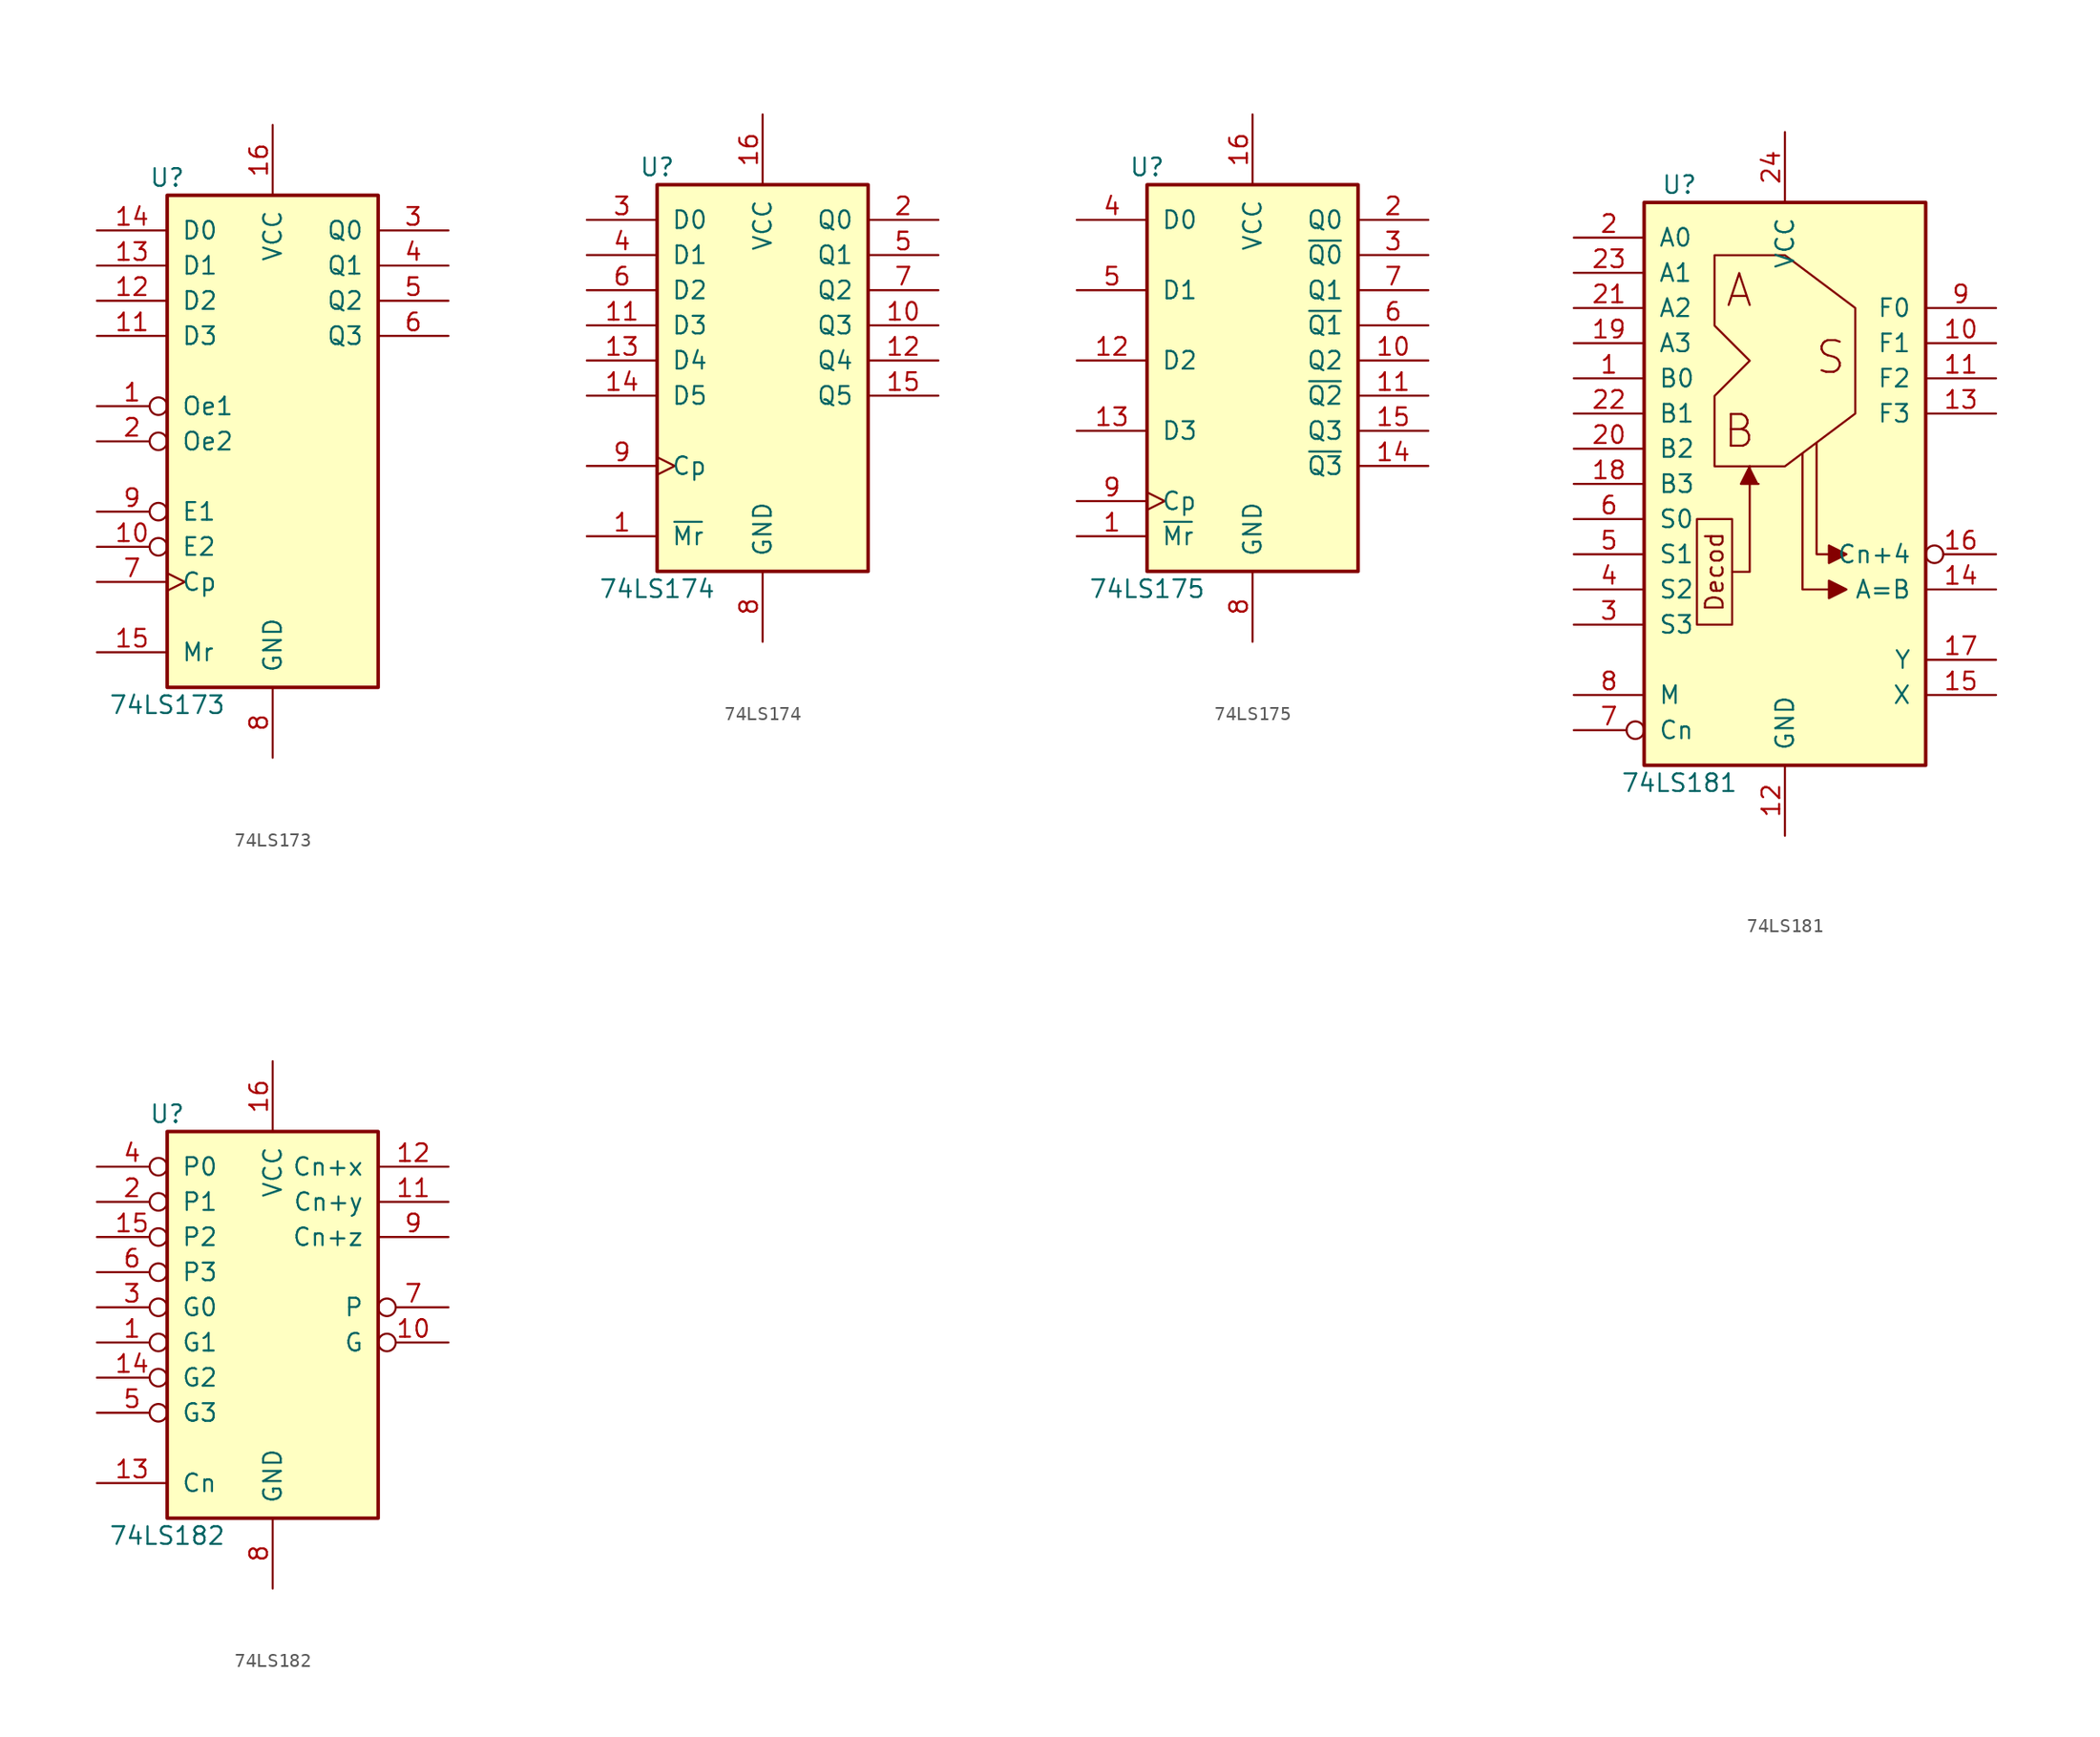
<source format=kicad_sym>
(kicad_symbol_lib
  (version 20241209)
  (generator "kicad_symbol_editor")
  (generator_version "9.0")
  (symbol "74LS173"
    (pin_names
      (offset 1.016))
    (property "Reference" "U"
      (at -7.62 19.05 0)
      (effects (font (size 1.27 1.27))))
    (property "Value" "74LS173"
      (at -7.62 -19.05 0)
      (effects (font (size 1.27 1.27))))
    (property "ki_locked" ""
      (at 0 0 0)
      (effects (font (size 1.27 1.27))))
    (symbol "74LS173_1_0"
      (pin input line (at -12.7 15.24 0) (length 5.08) (name "D0" (effects (font (size 1.27 1.27)))) (number "14" (effects (font (size 1.27 1.27)))))
      (pin input line (at -12.7 12.7 0) (length 5.08) (name "D1" (effects (font (size 1.27 1.27)))) (number "13" (effects (font (size 1.27 1.27)))))
      (pin input line (at -12.7 10.16 0) (length 5.08) (name "D2" (effects (font (size 1.27 1.27)))) (number "12" (effects (font (size 1.27 1.27)))))
      (pin input line (at -12.7 7.62 0) (length 5.08) (name "D3" (effects (font (size 1.27 1.27)))) (number "11" (effects (font (size 1.27 1.27)))))
      (pin input inverted (at -12.7 2.54 0) (length 5.08) (name "Oe1" (effects (font (size 1.27 1.27)))) (number "1" (effects (font (size 1.27 1.27)))))
      (pin input inverted (at -12.7 0 0) (length 5.08) (name "Oe2" (effects (font (size 1.27 1.27)))) (number "2" (effects (font (size 1.27 1.27)))))
      (pin input inverted (at -12.7 -5.08 0) (length 5.08) (name "E1" (effects (font (size 1.27 1.27)))) (number "9" (effects (font (size 1.27 1.27)))))
      (pin input inverted (at -12.7 -7.62 0) (length 5.08) (name "E2" (effects (font (size 1.27 1.27)))) (number "10" (effects (font (size 1.27 1.27)))))
      (pin input clock (at -12.7 -10.16 0) (length 5.08) (name "Cp" (effects (font (size 1.27 1.27)))) (number "7" (effects (font (size 1.27 1.27)))))
      (pin input line (at -12.7 -15.24 0) (length 5.08) (name "Mr" (effects (font (size 1.27 1.27)))) (number "15" (effects (font (size 1.27 1.27)))))
      (pin power_in line (at 0 22.86 270) (length 5.08) (name "VCC" (effects (font (size 1.27 1.27)))) (number "16" (effects (font (size 1.27 1.27)))))
      (pin power_in line (at 0 -22.86 90) (length 5.08) (name "GND" (effects (font (size 1.27 1.27)))) (number "8" (effects (font (size 1.27 1.27)))))
      (pin tri_state line (at 12.7 15.24 180) (length 5.08) (name "Q0" (effects (font (size 1.27 1.27)))) (number "3" (effects (font (size 1.27 1.27)))))
      (pin tri_state line (at 12.7 12.7 180) (length 5.08) (name "Q1" (effects (font (size 1.27 1.27)))) (number "4" (effects (font (size 1.27 1.27)))))
      (pin tri_state line (at 12.7 10.16 180) (length 5.08) (name "Q2" (effects (font (size 1.27 1.27)))) (number "5" (effects (font (size 1.27 1.27)))))
      (pin tri_state line (at 12.7 7.62 180) (length 5.08) (name "Q3" (effects (font (size 1.27 1.27)))) (number "6" (effects (font (size 1.27 1.27))))))
    (symbol "74LS173_1_1"
      (rectangle (start -7.62 17.78) (end 7.62 -17.78) (stroke (width 0.254) (type solid)) (fill (type background)))))
  (symbol "74LS174"
    (pin_names
      (offset 1.016))
    (property "Reference" "U"
      (at -7.62 13.97 0)
      (effects (font (size 1.27 1.27))))
    (property "Value" "74LS174"
      (at -7.62 -16.51 0)
      (effects (font (size 1.27 1.27))))
    (property "ki_locked" ""
      (at 0 0 0)
      (effects (font (size 1.27 1.27))))
    (symbol "74LS174_1_0"
      (pin input line (at -12.7 10.16 0) (length 5.08) (name "D0" (effects (font (size 1.27 1.27)))) (number "3" (effects (font (size 1.27 1.27)))))
      (pin input line (at -12.7 7.62 0) (length 5.08) (name "D1" (effects (font (size 1.27 1.27)))) (number "4" (effects (font (size 1.27 1.27)))))
      (pin input line (at -12.7 5.08 0) (length 5.08) (name "D2" (effects (font (size 1.27 1.27)))) (number "6" (effects (font (size 1.27 1.27)))))
      (pin input line (at -12.7 2.54 0) (length 5.08) (name "D3" (effects (font (size 1.27 1.27)))) (number "11" (effects (font (size 1.27 1.27)))))
      (pin input line (at -12.7 0 0) (length 5.08) (name "D4" (effects (font (size 1.27 1.27)))) (number "13" (effects (font (size 1.27 1.27)))))
      (pin input line (at -12.7 -2.54 0) (length 5.08) (name "D5" (effects (font (size 1.27 1.27)))) (number "14" (effects (font (size 1.27 1.27)))))
      (pin input clock (at -12.7 -7.62 0) (length 5.08) (name "Cp" (effects (font (size 1.27 1.27)))) (number "9" (effects (font (size 1.27 1.27)))))
      (pin input line (at -12.7 -12.7 0) (length 5.08) (name "~{Mr}" (effects (font (size 1.27 1.27)))) (number "1" (effects (font (size 1.27 1.27)))))
      (pin power_in line (at 0 17.78 270) (length 5.08) (name "VCC" (effects (font (size 1.27 1.27)))) (number "16" (effects (font (size 1.27 1.27)))))
      (pin power_in line (at 0 -20.32 90) (length 5.08) (name "GND" (effects (font (size 1.27 1.27)))) (number "8" (effects (font (size 1.27 1.27)))))
      (pin output line (at 12.7 10.16 180) (length 5.08) (name "Q0" (effects (font (size 1.27 1.27)))) (number "2" (effects (font (size 1.27 1.27)))))
      (pin output line (at 12.7 7.62 180) (length 5.08) (name "Q1" (effects (font (size 1.27 1.27)))) (number "5" (effects (font (size 1.27 1.27)))))
      (pin output line (at 12.7 5.08 180) (length 5.08) (name "Q2" (effects (font (size 1.27 1.27)))) (number "7" (effects (font (size 1.27 1.27)))))
      (pin output line (at 12.7 2.54 180) (length 5.08) (name "Q3" (effects (font (size 1.27 1.27)))) (number "10" (effects (font (size 1.27 1.27)))))
      (pin output line (at 12.7 0 180) (length 5.08) (name "Q4" (effects (font (size 1.27 1.27)))) (number "12" (effects (font (size 1.27 1.27)))))
      (pin output line (at 12.7 -2.54 180) (length 5.08) (name "Q5" (effects (font (size 1.27 1.27)))) (number "15" (effects (font (size 1.27 1.27))))))
    (symbol "74LS174_1_1"
      (rectangle (start -7.62 12.7) (end 7.62 -15.24) (stroke (width 0.254) (type solid)) (fill (type background)))))
  (symbol "74LS175"
    (pin_names
      (offset 1.016))
    (property "Reference" "U"
      (at -7.62 13.97 0)
      (effects (font (size 1.27 1.27))))
    (property "Value" "74LS175"
      (at -7.62 -16.51 0)
      (effects (font (size 1.27 1.27))))
    (property "ki_locked" ""
      (at 0 0 0)
      (effects (font (size 1.27 1.27))))
    (symbol "74LS175_1_0"
      (pin input line (at -12.7 10.16 0) (length 5.08) (name "D0" (effects (font (size 1.27 1.27)))) (number "4" (effects (font (size 1.27 1.27)))))
      (pin input line (at -12.7 5.08 0) (length 5.08) (name "D1" (effects (font (size 1.27 1.27)))) (number "5" (effects (font (size 1.27 1.27)))))
      (pin input line (at -12.7 0 0) (length 5.08) (name "D2" (effects (font (size 1.27 1.27)))) (number "12" (effects (font (size 1.27 1.27)))))
      (pin input line (at -12.7 -5.08 0) (length 5.08) (name "D3" (effects (font (size 1.27 1.27)))) (number "13" (effects (font (size 1.27 1.27)))))
      (pin input clock (at -12.7 -10.16 0) (length 5.08) (name "Cp" (effects (font (size 1.27 1.27)))) (number "9" (effects (font (size 1.27 1.27)))))
      (pin input line (at -12.7 -12.7 0) (length 5.08) (name "~{Mr}" (effects (font (size 1.27 1.27)))) (number "1" (effects (font (size 1.27 1.27)))))
      (pin power_in line (at 0 17.78 270) (length 5.08) (name "VCC" (effects (font (size 1.27 1.27)))) (number "16" (effects (font (size 1.27 1.27)))))
      (pin power_in line (at 0 -20.32 90) (length 5.08) (name "GND" (effects (font (size 1.27 1.27)))) (number "8" (effects (font (size 1.27 1.27)))))
      (pin output line (at 12.7 10.16 180) (length 5.08) (name "Q0" (effects (font (size 1.27 1.27)))) (number "2" (effects (font (size 1.27 1.27)))))
      (pin output line (at 12.7 7.62 180) (length 5.08) (name "~{Q0}" (effects (font (size 1.27 1.27)))) (number "3" (effects (font (size 1.27 1.27)))))
      (pin output line (at 12.7 5.08 180) (length 5.08) (name "Q1" (effects (font (size 1.27 1.27)))) (number "7" (effects (font (size 1.27 1.27)))))
      (pin output line (at 12.7 2.54 180) (length 5.08) (name "~{Q1}" (effects (font (size 1.27 1.27)))) (number "6" (effects (font (size 1.27 1.27)))))
      (pin output line (at 12.7 0 180) (length 5.08) (name "Q2" (effects (font (size 1.27 1.27)))) (number "10" (effects (font (size 1.27 1.27)))))
      (pin output line (at 12.7 -2.54 180) (length 5.08) (name "~{Q2}" (effects (font (size 1.27 1.27)))) (number "11" (effects (font (size 1.27 1.27)))))
      (pin output line (at 12.7 -5.08 180) (length 5.08) (name "Q3" (effects (font (size 1.27 1.27)))) (number "15" (effects (font (size 1.27 1.27)))))
      (pin output line (at 12.7 -7.62 180) (length 5.08) (name "~{Q3}" (effects (font (size 1.27 1.27)))) (number "14" (effects (font (size 1.27 1.27))))))
    (symbol "74LS175_1_1"
      (rectangle (start -7.62 12.7) (end 7.62 -15.24) (stroke (width 0.254) (type solid)) (fill (type background)))))
  (symbol "74LS181"
    (pin_names
      (offset 1.016))
    (property "Reference" "U"
      (at -7.62 21.59 0)
      (effects (font (size 1.27 1.27))))
    (property "Value" "74LS181"
      (at -7.62 -21.59 0)
      (effects (font (size 1.27 1.27))))
    (property "ki_locked" ""
      (at 0 0 0)
      (effects (font (size 1.27 1.27))))
    (symbol "74LS181_1_0"
      (polyline (pts (xy -6.35 -2.54) (xy -6.35 -10.16) (xy -3.81 -10.16) (xy -3.81 -2.54) (xy -6.35 -2.54)) (stroke (width 0) (type solid)) (fill (type none)))
      (polyline (pts (xy -5.08 16.51) (xy -5.08 11.43) (xy -2.54 8.89) (xy -5.08 6.35) (xy -5.08 1.27) (xy 0 1.27) (xy 5.08 5.08) (xy 5.08 12.7) (xy 0 16.51) (xy -5.08 16.51)) (stroke (width 0) (type solid)) (fill (type none)))
      (polyline (pts (xy -3.81 -6.35) (xy -2.54 -6.35) (xy -2.54 1.27)) (stroke (width 0) (type solid)) (fill (type none)))
      (polyline (pts (xy -2.54 1.27) (xy -3.175 0) (xy -1.905 0)) (stroke (width 0) (type solid)) (fill (type outline)))
      (polyline (pts (xy 1.27 2.159) (xy 1.27 -7.62) (xy 3.175 -7.62)) (stroke (width 0) (type solid)) (fill (type none)))
      (polyline (pts (xy 3.175 -5.08) (xy 2.286 -5.08) (xy 2.286 2.921)) (stroke (width 0) (type solid)) (fill (type none)))
      (polyline (pts (xy 4.445 -5.08) (xy 3.175 -4.445) (xy 3.175 -5.715) (xy 4.445 -5.08)) (stroke (width 0) (type solid)) (fill (type outline)))
      (polyline (pts (xy 4.445 -7.62) (xy 3.175 -6.985) (xy 3.175 -8.255) (xy 4.445 -7.62)) (stroke (width 0) (type solid)) (fill (type outline)))
      (text "Decod" (at -5.08 -6.35 900) (effects (font (size 1.27 1.27))))
      (text "A" (at -3.302 13.97 0) (effects (font (size 2.286 2.286))))
      (text "B" (at -3.302 3.81 0) (effects (font (size 2.286 2.286))))
      (text "S" (at 3.302 9.144 0) (effects (font (size 2.286 2.286))))
      (pin input line (at -15.24 17.78 0) (length 5.08) (name "A0" (effects (font (size 1.27 1.27)))) (number "2" (effects (font (size 1.27 1.27)))))
      (pin input line (at -15.24 15.24 0) (length 5.08) (name "A1" (effects (font (size 1.27 1.27)))) (number "23" (effects (font (size 1.27 1.27)))))
      (pin input line (at -15.24 12.7 0) (length 5.08) (name "A2" (effects (font (size 1.27 1.27)))) (number "21" (effects (font (size 1.27 1.27)))))
      (pin input line (at -15.24 10.16 0) (length 5.08) (name "A3" (effects (font (size 1.27 1.27)))) (number "19" (effects (font (size 1.27 1.27)))))
      (pin input line (at -15.24 7.62 0) (length 5.08) (name "B0" (effects (font (size 1.27 1.27)))) (number "1" (effects (font (size 1.27 1.27)))))
      (pin input line (at -15.24 5.08 0) (length 5.08) (name "B1" (effects (font (size 1.27 1.27)))) (number "22" (effects (font (size 1.27 1.27)))))
      (pin input line (at -15.24 2.54 0) (length 5.08) (name "B2" (effects (font (size 1.27 1.27)))) (number "20" (effects (font (size 1.27 1.27)))))
      (pin input line (at -15.24 0 0) (length 5.08) (name "B3" (effects (font (size 1.27 1.27)))) (number "18" (effects (font (size 1.27 1.27)))))
      (pin input line (at -15.24 -2.54 0) (length 5.08) (name "S0" (effects (font (size 1.27 1.27)))) (number "6" (effects (font (size 1.27 1.27)))))
      (pin input line (at -15.24 -5.08 0) (length 5.08) (name "S1" (effects (font (size 1.27 1.27)))) (number "5" (effects (font (size 1.27 1.27)))))
      (pin input line (at -15.24 -7.62 0) (length 5.08) (name "S2" (effects (font (size 1.27 1.27)))) (number "4" (effects (font (size 1.27 1.27)))))
      (pin input line (at -15.24 -10.16 0) (length 5.08) (name "S3" (effects (font (size 1.27 1.27)))) (number "3" (effects (font (size 1.27 1.27)))))
      (pin input line (at -15.24 -15.24 0) (length 5.08) (name "M" (effects (font (size 1.27 1.27)))) (number "8" (effects (font (size 1.27 1.27)))))
      (pin input inverted (at -15.24 -17.78 0) (length 5.08) (name "Cn" (effects (font (size 1.27 1.27)))) (number "7" (effects (font (size 1.27 1.27)))))
      (pin power_in line (at 0 25.4 270) (length 5.08) (name "VCC" (effects (font (size 1.27 1.27)))) (number "24" (effects (font (size 1.27 1.27)))))
      (pin power_in line (at 0 -25.4 90) (length 5.08) (name "GND" (effects (font (size 1.27 1.27)))) (number "12" (effects (font (size 1.27 1.27)))))
      (pin output line (at 15.24 12.7 180) (length 5.08) (name "F0" (effects (font (size 1.27 1.27)))) (number "9" (effects (font (size 1.27 1.27)))))
      (pin output line (at 15.24 10.16 180) (length 5.08) (name "F1" (effects (font (size 1.27 1.27)))) (number "10" (effects (font (size 1.27 1.27)))))
      (pin output line (at 15.24 7.62 180) (length 5.08) (name "F2" (effects (font (size 1.27 1.27)))) (number "11" (effects (font (size 1.27 1.27)))))
      (pin output line (at 15.24 5.08 180) (length 5.08) (name "F3" (effects (font (size 1.27 1.27)))) (number "13" (effects (font (size 1.27 1.27)))))
      (pin output inverted (at 15.24 -5.08 180) (length 5.08) (name "Cn+4" (effects (font (size 1.27 1.27)))) (number "16" (effects (font (size 1.27 1.27)))))
      (pin output line (at 15.24 -7.62 180) (length 5.08) (name "A=B" (effects (font (size 1.27 1.27)))) (number "14" (effects (font (size 1.27 1.27)))))
      (pin output line (at 15.24 -12.7 180) (length 5.08) (name "Y" (effects (font (size 1.27 1.27)))) (number "17" (effects (font (size 1.27 1.27)))))
      (pin output line (at 15.24 -15.24 180) (length 5.08) (name "X" (effects (font (size 1.27 1.27)))) (number "15" (effects (font (size 1.27 1.27))))))
    (symbol "74LS181_1_1"
      (rectangle (start -10.16 20.32) (end 10.16 -20.32) (stroke (width 0.254) (type solid)) (fill (type background)))))
  (symbol "74LS182"
    (pin_names
      (offset 1.016))
    (property "Reference" "U"
      (at -7.62 13.97 0)
      (effects (font (size 1.27 1.27))))
    (property "Value" "74LS182"
      (at -7.62 -16.51 0)
      (effects (font (size 1.27 1.27))))
    (property "ki_locked" ""
      (at 0 0 0)
      (effects (font (size 1.27 1.27))))
    (symbol "74LS182_1_0"
      (pin input inverted (at -12.7 10.16 0) (length 5.08) (name "P0" (effects (font (size 1.27 1.27)))) (number "4" (effects (font (size 1.27 1.27)))))
      (pin input inverted (at -12.7 7.62 0) (length 5.08) (name "P1" (effects (font (size 1.27 1.27)))) (number "2" (effects (font (size 1.27 1.27)))))
      (pin input inverted (at -12.7 5.08 0) (length 5.08) (name "P2" (effects (font (size 1.27 1.27)))) (number "15" (effects (font (size 1.27 1.27)))))
      (pin input inverted (at -12.7 2.54 0) (length 5.08) (name "P3" (effects (font (size 1.27 1.27)))) (number "6" (effects (font (size 1.27 1.27)))))
      (pin input inverted (at -12.7 0 0) (length 5.08) (name "G0" (effects (font (size 1.27 1.27)))) (number "3" (effects (font (size 1.27 1.27)))))
      (pin input inverted (at -12.7 -2.54 0) (length 5.08) (name "G1" (effects (font (size 1.27 1.27)))) (number "1" (effects (font (size 1.27 1.27)))))
      (pin input inverted (at -12.7 -5.08 0) (length 5.08) (name "G2" (effects (font (size 1.27 1.27)))) (number "14" (effects (font (size 1.27 1.27)))))
      (pin input inverted (at -12.7 -7.62 0) (length 5.08) (name "G3" (effects (font (size 1.27 1.27)))) (number "5" (effects (font (size 1.27 1.27)))))
      (pin input line (at -12.7 -12.7 0) (length 5.08) (name "Cn" (effects (font (size 1.27 1.27)))) (number "13" (effects (font (size 1.27 1.27)))))
      (pin power_in line (at 0 17.78 270) (length 5.08) (name "VCC" (effects (font (size 1.27 1.27)))) (number "16" (effects (font (size 1.27 1.27)))))
      (pin power_in line (at 0 -20.32 90) (length 5.08) (name "GND" (effects (font (size 1.27 1.27)))) (number "8" (effects (font (size 1.27 1.27)))))
      (pin output line (at 12.7 10.16 180) (length 5.08) (name "Cn+x" (effects (font (size 1.27 1.27)))) (number "12" (effects (font (size 1.27 1.27)))))
      (pin output line (at 12.7 7.62 180) (length 5.08) (name "Cn+y" (effects (font (size 1.27 1.27)))) (number "11" (effects (font (size 1.27 1.27)))))
      (pin output line (at 12.7 5.08 180) (length 5.08) (name "Cn+z" (effects (font (size 1.27 1.27)))) (number "9" (effects (font (size 1.27 1.27)))))
      (pin output inverted (at 12.7 0 180) (length 5.08) (name "P" (effects (font (size 1.27 1.27)))) (number "7" (effects (font (size 1.27 1.27)))))
      (pin output inverted (at 12.7 -2.54 180) (length 5.08) (name "G" (effects (font (size 1.27 1.27)))) (number "10" (effects (font (size 1.27 1.27))))))
    (symbol "74LS182_1_1"
      (rectangle (start -7.62 12.7) (end 7.62 -15.24) (stroke (width 0.254) (type solid)) (fill (type background))))))
</source>
